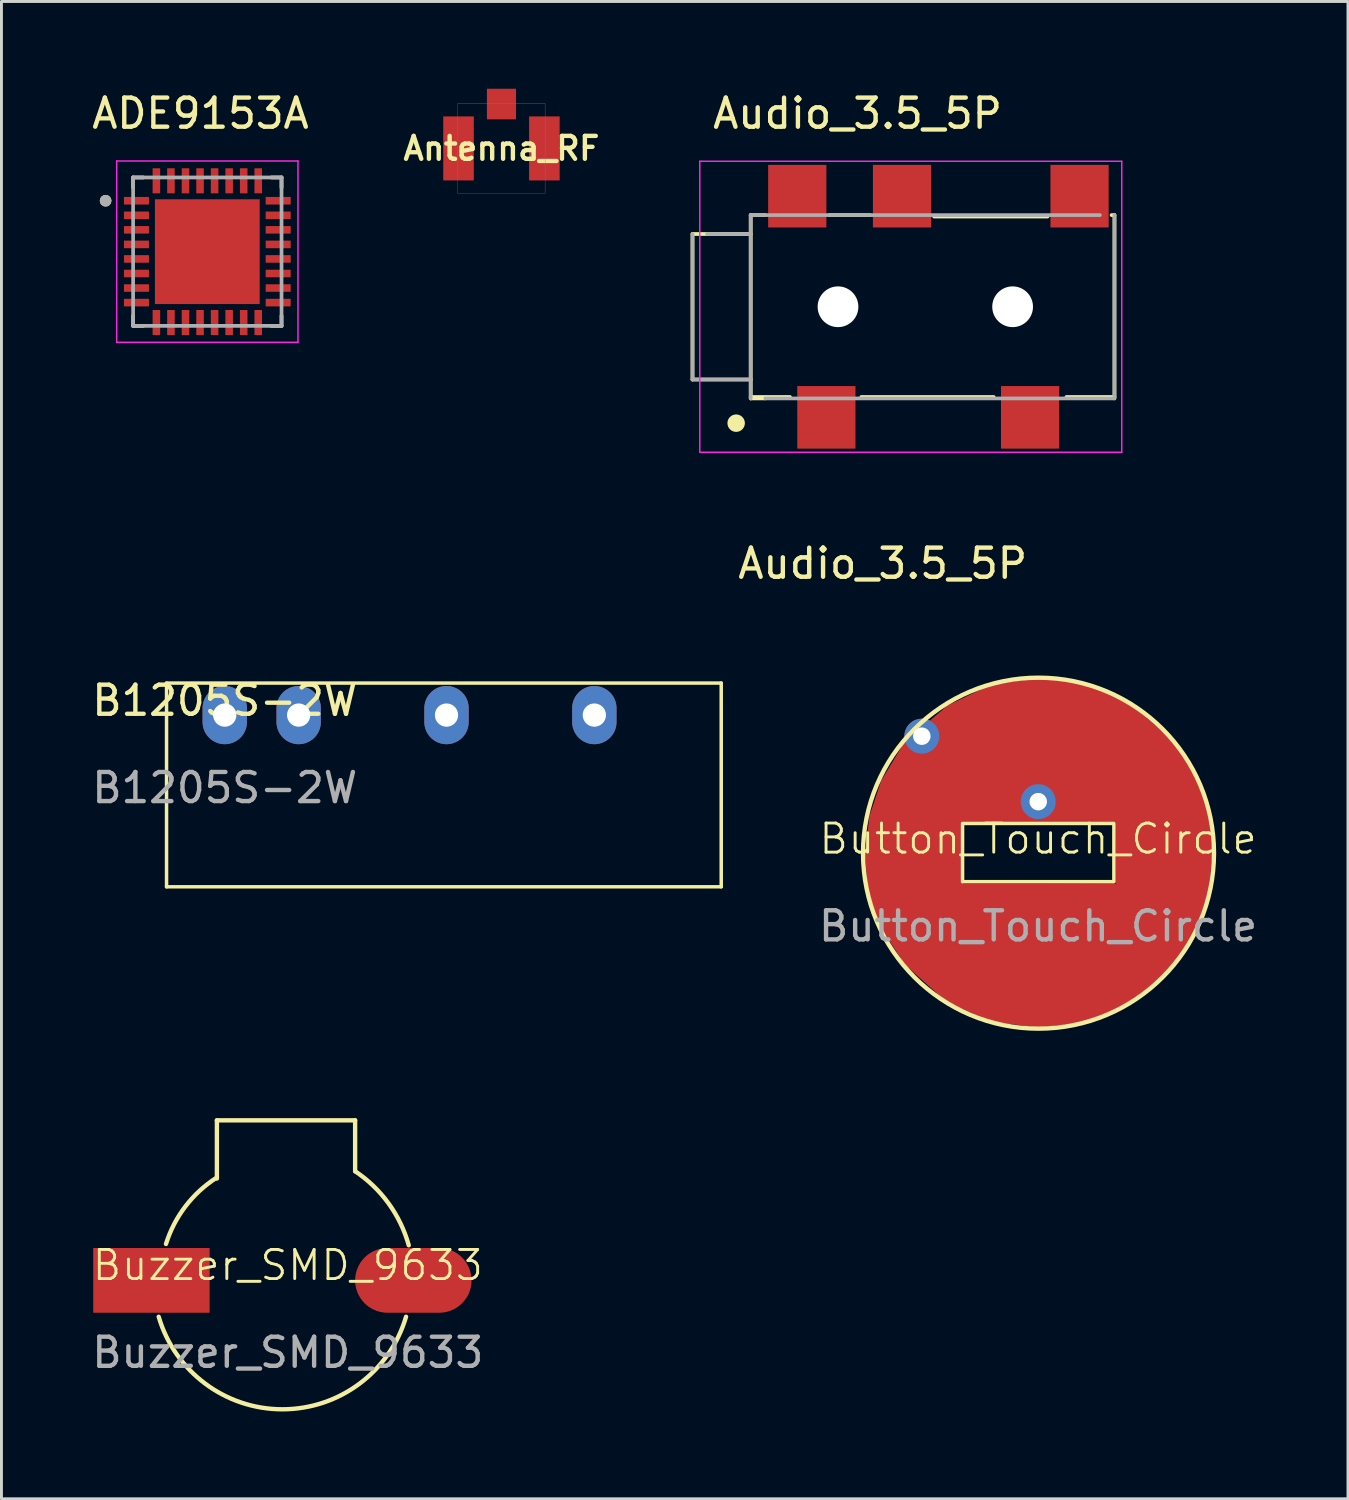
<source format=kicad_pcb>
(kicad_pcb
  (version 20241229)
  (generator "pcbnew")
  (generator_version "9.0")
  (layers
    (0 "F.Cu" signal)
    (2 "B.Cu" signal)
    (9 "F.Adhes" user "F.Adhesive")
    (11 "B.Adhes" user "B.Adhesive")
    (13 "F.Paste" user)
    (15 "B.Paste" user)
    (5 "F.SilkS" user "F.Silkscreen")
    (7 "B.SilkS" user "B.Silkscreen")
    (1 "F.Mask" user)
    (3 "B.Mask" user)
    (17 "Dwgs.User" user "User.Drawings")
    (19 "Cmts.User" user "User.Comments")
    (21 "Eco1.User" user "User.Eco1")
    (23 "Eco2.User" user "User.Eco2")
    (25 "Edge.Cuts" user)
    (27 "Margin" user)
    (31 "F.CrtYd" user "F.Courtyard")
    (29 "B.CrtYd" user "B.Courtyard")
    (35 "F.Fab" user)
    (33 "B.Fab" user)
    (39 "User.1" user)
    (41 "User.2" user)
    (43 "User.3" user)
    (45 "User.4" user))
  (footprint "ADE9153A"
    (layer "F.Cu")
    (at 4.074 5.598)
    (property "Reference" "ADE9153A" (at -0.235 -4.75 0) (layer "F.SilkS") (effects (font (size 1 1) (thickness 0.15))))
    (attr through_hole)
    (fp_line (start -2.55 -2.55) (end -2.55 -2.2) (stroke (width 0.127) (type solid)) (layer "F.SilkS"))
    (fp_line (start -2.55 -2.55) (end -2.2 -2.55) (stroke (width 0.127) (type solid)) (layer "F.SilkS"))
    (fp_line (start -2.55 2.55) (end -2.55 2.2) (stroke (width 0.127) (type solid)) (layer "F.SilkS"))
    (fp_line (start -2.55 2.55) (end -2.2 2.55) (stroke (width 0.127) (type solid)) (layer "F.SilkS"))
    (fp_line (start 2.55 -2.55) (end 2.2 -2.55) (stroke (width 0.127) (type solid)) (layer "F.SilkS"))
    (fp_line (start 2.55 -2.55) (end 2.55 -2.2) (stroke (width 0.127) (type solid)) (layer "F.SilkS"))
    (fp_line (start 2.55 2.55) (end 2.2 2.55) (stroke (width 0.127) (type solid)) (layer "F.SilkS"))
    (fp_line (start 2.55 2.55) (end 2.55 2.2) (stroke (width 0.127) (type solid)) (layer "F.SilkS"))
    (fp_circle (center -3.495 -1.75) (end -3.395 -1.75) (stroke (width 0.2) (type solid)) (fill no) (layer "F.SilkS"))
    (fp_poly (pts (xy -1.14 -1.14) (xy 1.14 -1.14) (xy 1.14 1.14) (xy -1.14 1.14)) (stroke (width 0.01) (type solid)) (fill yes) (layer "F.Paste"))
    (fp_line (start -3.115 -3.115) (end 3.115 -3.115) (stroke (width 0.05) (type solid)) (layer "F.CrtYd"))
    (fp_line (start -3.115 3.115) (end -3.115 -3.115) (stroke (width 0.05) (type solid)) (layer "F.CrtYd"))
    (fp_line (start -3.115 3.115) (end 3.115 3.115) (stroke (width 0.05) (type solid)) (layer "F.CrtYd"))
    (fp_line (start 3.115 3.115) (end 3.115 -3.115) (stroke (width 0.05) (type solid)) (layer "F.CrtYd"))
    (fp_line (start -2.55 2.55) (end -2.55 -2.55) (stroke (width 0.127) (type solid)) (layer "F.Fab"))
    (fp_line (start 2.55 -2.55) (end -2.55 -2.55) (stroke (width 0.127) (type solid)) (layer "F.Fab"))
    (fp_line (start 2.55 2.55) (end -2.55 2.55) (stroke (width 0.127) (type solid)) (layer "F.Fab"))
    (fp_line (start 2.55 2.55) (end 2.55 -2.55) (stroke (width 0.127) (type solid)) (layer "F.Fab"))
    (fp_circle (center -3.495 -1.75) (end -3.395 -1.75) (stroke (width 0.2) (type solid)) (fill no) (layer "F.Fab"))
    (pad "1" smd roundrect (at -2.435 -1.75) (size 0.86 0.26) (layers "F.Cu" "F.Mask" "F.Paste") (roundrect_rratio 0.03))
    (pad "2" smd roundrect (at -2.435 -1.25) (size 0.86 0.26) (layers "F.Cu" "F.Mask" "F.Paste") (roundrect_rratio 0.03))
    (pad "3" smd roundrect (at -2.435 -0.75) (size 0.86 0.26) (layers "F.Cu" "F.Mask" "F.Paste") (roundrect_rratio 0.03))
    (pad "4" smd roundrect (at -2.435 -0.25) (size 0.86 0.26) (layers "F.Cu" "F.Mask" "F.Paste") (roundrect_rratio 0.03))
    (pad "5" smd roundrect (at -2.435 0.25) (size 0.86 0.26) (layers "F.Cu" "F.Mask" "F.Paste") (roundrect_rratio 0.03))
    (pad "6" smd roundrect (at -2.435 0.75) (size 0.86 0.26) (layers "F.Cu" "F.Mask" "F.Paste") (roundrect_rratio 0.03))
    (pad "7" smd roundrect (at -2.435 1.25) (size 0.86 0.26) (layers "F.Cu" "F.Mask" "F.Paste") (roundrect_rratio 0.03))
    (pad "8" smd roundrect (at -2.435 1.75) (size 0.86 0.26) (layers "F.Cu" "F.Mask" "F.Paste") (roundrect_rratio 0.03))
    (pad "9" smd roundrect (at -1.75 2.435 90) (size 0.86 0.26) (layers "F.Cu" "F.Mask" "F.Paste") (roundrect_rratio 0.03))
    (pad "10" smd roundrect (at -1.25 2.435 90) (size 0.86 0.26) (layers "F.Cu" "F.Mask" "F.Paste") (roundrect_rratio 0.03))
    (pad "11" smd roundrect (at -0.75 2.435 90) (size 0.86 0.26) (layers "F.Cu" "F.Mask" "F.Paste") (roundrect_rratio 0.03))
    (pad "12" smd roundrect (at -0.25 2.435 90) (size 0.86 0.26) (layers "F.Cu" "F.Mask" "F.Paste") (roundrect_rratio 0.03))
    (pad "13" smd roundrect (at 0.25 2.435 90) (size 0.86 0.26) (layers "F.Cu" "F.Mask" "F.Paste") (roundrect_rratio 0.03))
    (pad "14" smd roundrect (at 0.75 2.435 90) (size 0.86 0.26) (layers "F.Cu" "F.Mask" "F.Paste") (roundrect_rratio 0.03))
    (pad "15" smd roundrect (at 1.25 2.435 90) (size 0.86 0.26) (layers "F.Cu" "F.Mask" "F.Paste") (roundrect_rratio 0.03))
    (pad "16" smd roundrect (at 1.75 2.435 90) (size 0.86 0.26) (layers "F.Cu" "F.Mask" "F.Paste") (roundrect_rratio 0.03))
    (pad "17" smd roundrect (at 2.435 1.75) (size 0.86 0.26) (layers "F.Cu" "F.Mask" "F.Paste") (roundrect_rratio 0.03))
    (pad "18" smd roundrect (at 2.435 1.25) (size 0.86 0.26) (layers "F.Cu" "F.Mask" "F.Paste") (roundrect_rratio 0.03))
    (pad "19" smd roundrect (at 2.435 0.75) (size 0.86 0.26) (layers "F.Cu" "F.Mask" "F.Paste") (roundrect_rratio 0.03))
    (pad "20" smd roundrect (at 2.435 0.25) (size 0.86 0.26) (layers "F.Cu" "F.Mask" "F.Paste") (roundrect_rratio 0.03))
    (pad "21" smd roundrect (at 2.435 -0.25) (size 0.86 0.26) (layers "F.Cu" "F.Mask" "F.Paste") (roundrect_rratio 0.03))
    (pad "22" smd roundrect (at 2.435 -0.75) (size 0.86 0.26) (layers "F.Cu" "F.Mask" "F.Paste") (roundrect_rratio 0.03))
    (pad "23" smd roundrect (at 2.435 -1.25) (size 0.86 0.26) (layers "F.Cu" "F.Mask" "F.Paste") (roundrect_rratio 0.03))
    (pad "24" smd roundrect (at 2.435 -1.75) (size 0.86 0.26) (layers "F.Cu" "F.Mask" "F.Paste") (roundrect_rratio 0.03))
    (pad "25" smd roundrect (at 1.75 -2.435 90) (size 0.86 0.26) (layers "F.Cu" "F.Mask" "F.Paste") (roundrect_rratio 0.03))
    (pad "26" smd roundrect (at 1.25 -2.435 90) (size 0.86 0.26) (layers "F.Cu" "F.Mask" "F.Paste") (roundrect_rratio 0.03))
    (pad "27" smd roundrect (at 0.75 -2.435 90) (size 0.86 0.26) (layers "F.Cu" "F.Mask" "F.Paste") (roundrect_rratio 0.03))
    (pad "28" smd roundrect (at 0.25 -2.435 90) (size 0.86 0.26) (layers "F.Cu" "F.Mask" "F.Paste") (roundrect_rratio 0.03))
    (pad "29" smd roundrect (at -0.25 -2.435 90) (size 0.86 0.26) (layers "F.Cu" "F.Mask" "F.Paste") (roundrect_rratio 0.03))
    (pad "30" smd roundrect (at -0.75 -2.435 90) (size 0.86 0.26) (layers "F.Cu" "F.Mask" "F.Paste") (roundrect_rratio 0.03))
    (pad "31" smd roundrect (at -1.25 -2.435 90) (size 0.86 0.26) (layers "F.Cu" "F.Mask" "F.Paste") (roundrect_rratio 0.03))
    (pad "32" smd roundrect (at -1.75 -2.435 90) (size 0.86 0.26) (layers "F.Cu" "F.Mask" "F.Paste") (roundrect_rratio 0.03))
    (pad "33" smd rect (at 0 0) (size 3.6 3.6) (layers "F.Cu" "F.Mask")))
  (footprint "Audio_3.5_5P"
    (layer "F.Cu")
    (at 29.246 7.491)
    (property "Reference" "Audio_3.5_5P" (at -2.828 -6.642 0) (layer "F.SilkS") (effects (font (size 1.001 1.001) (thickness 0.15))))
    (attr smd)
    (fp_line (start -8.5 -2.5) (end -6.5 -2.5) (stroke (width 0.127) (type solid)) (layer "F.SilkS"))
    (fp_line (start -8.5 2.5) (end -8.5 -2.5) (stroke (width 0.127) (type solid)) (layer "F.SilkS"))
    (fp_line (start -6.5 -3.15) (end -6.5 -2.5) (stroke (width 0.127) (type solid)) (layer "F.SilkS"))
    (fp_line (start -6.5 -2.5) (end -6.5 2.5) (stroke (width 0.127) (type solid)) (layer "F.SilkS"))
    (fp_line (start -6.5 2.5) (end -8.5 2.5) (stroke (width 0.127) (type solid)) (layer "F.SilkS"))
    (fp_line (start -6.5 2.5) (end -6.5 3.15) (stroke (width 0.127) (type solid)) (layer "F.SilkS"))
    (fp_line (start -6.5 3.15) (end -6 3.15) (stroke (width 0.127) (type solid)) (layer "F.SilkS"))
    (fp_line (start -6 -3.15) (end -6.5 -3.15) (stroke (width 0.127) (type solid)) (layer "F.SilkS"))
    (fp_line (start -5.15 3.1) (end -6.5 3.1) (stroke (width 0.127) (type solid)) (layer "F.SilkS"))
    (fp_line (start -2.7 3.1) (end 1.85 3.1) (stroke (width 0.127) (type solid)) (layer "F.SilkS"))
    (fp_line (start -2.4 -3.15) (end -3.8 -3.15) (stroke (width 0.127) (type solid)) (layer "F.SilkS"))
    (fp_line (start -0.2 -3.1) (end 3.7 -3.1) (stroke (width 0.127) (type solid)) (layer "F.SilkS"))
    (fp_line (start 4.35 3.1) (end 6 3.1) (stroke (width 0.127) (type solid)) (layer "F.SilkS"))
    (fp_line (start 5.9 -3.15) (end 6 -3.15) (stroke (width 0.127) (type solid)) (layer "F.SilkS"))
    (fp_line (start 6 -3.15) (end 6 3.1) (stroke (width 0.127) (type solid)) (layer "F.SilkS"))
    (fp_circle (center -7 4) (end -6.85 4) (stroke (width 0.3) (type solid)) (fill no) (layer "F.SilkS"))
    (fp_line (start -8.25 -5) (end -8.25 5) (stroke (width 0.05) (type solid)) (layer "F.CrtYd"))
    (fp_line (start -8.25 5) (end 6.25 5) (stroke (width 0.05) (type solid)) (layer "F.CrtYd"))
    (fp_line (start 6.25 -5) (end -8.25 -5) (stroke (width 0.05) (type solid)) (layer "F.CrtYd"))
    (fp_line (start 6.25 5) (end 6.25 -5) (stroke (width 0.05) (type solid)) (layer "F.CrtYd"))
    (fp_line (start -8.5 -2.5) (end -8.5 2.5) (stroke (width 0.127) (type solid)) (layer "F.Fab"))
    (fp_line (start -8.5 2.5) (end -6.5 2.5) (stroke (width 0.127) (type solid)) (layer "F.Fab"))
    (fp_line (start -6.5 -3.15) (end 5.5 -3.15) (stroke (width 0.127) (type solid)) (layer "F.Fab"))
    (fp_line (start -6.5 -2.5) (end -8 -2.5) (stroke (width 0.127) (type solid)) (layer "F.Fab"))
    (fp_line (start -6.5 -2.5) (end -6.5 -3.15) (stroke (width 0.127) (type solid)) (layer "F.Fab"))
    (fp_line (start -6.5 2.5) (end -6.5 -2.5) (stroke (width 0.127) (type solid)) (layer "F.Fab"))
    (fp_line (start -6.5 3.15) (end -6.5 2.5) (stroke (width 0.127) (type solid)) (layer "F.Fab"))
    (fp_line (start 6 -3.15) (end 6 3.15) (stroke (width 0.127) (type solid)) (layer "F.Fab"))
    (fp_line (start 6 3.15) (end -6 3.15) (stroke (width 0.127) (type solid)) (layer "F.Fab"))
    (fp_text user "${REFERENCE}" (at -1.964 8.822 0) (layer "F.SilkS") (effects (font (size 1.001 1.001) (thickness 0.15))))
    (pad "" np_thru_hole circle (at -3.5 0) (size 1.4 1.4) (drill 1.4) (layers "*.Cu" "*.Mask"))
    (pad "" np_thru_hole circle (at 2.5 0) (size 1.4 1.4) (drill 1.4) (layers "*.Cu" "*.Mask"))
    (pad "1" smd rect (at -4.9 -3.8) (size 2 2.15) (layers "F.Cu" "F.Mask" "F.Paste"))
    (pad "2" smd rect (at 3.1 3.8) (size 2 2.15) (layers "F.Cu" "F.Mask" "F.Paste"))
    (pad "3" smd rect (at -1.3 -3.8) (size 2 2.15) (layers "F.Cu" "F.Mask" "F.Paste"))
    (pad "4" smd rect (at -3.9 3.8) (size 2 2.15) (layers "F.Cu" "F.Mask" "F.Paste"))
    (pad "11" smd rect (at 4.8 -3.8) (size 2 2.15) (layers "F.Cu" "F.Mask" "F.Paste")))
  (footprint "Button_Touch_Circle"
    (layer "F.Cu")
    (at 32.621 26.274)
    (property "Reference" "Button_Touch_Circle" (at 0 -0.5 0) (unlocked yes) (layer "F.SilkS") (effects (font (size 1 1) (thickness 0.1))))
    (attr smd)
    (fp_poly (pts (xy -5.795 1.323) (xy -5.345 2.523) (xy -4.545 3.773) (xy -3.095 5.073) (xy -1.595 5.723) (xy -0.015 5.923) (xy -0.015 1.113) (xy -2.635 1.113) (xy -2.64 -0.072) (xy -5.885 0.023)) (stroke (width 0.12) (type solid)) (fill yes) (layer "F.Cu"))
    (fp_poly (pts (xy -5.735 -1.277) (xy -5.335 -2.477) (xy -4.555 -3.767) (xy -3.085 -5.027) (xy -1.635 -5.727) (xy 0.015 -5.977) (xy 0.065 -1.117) (xy -2.635 -1.117) (xy -2.635 0.118) (xy -5.885 0.023)) (stroke (width 0.12) (type solid)) (fill yes) (layer "F.Cu"))
    (fp_poly (pts (xy 5.799 1.329) (xy 5.38 2.526) (xy 4.61 3.84) (xy 3.11 5.09) (xy 1.635 5.76) (xy -0.015 5.923) (xy -0.065 1.113) (xy 2.725 1.101) (xy 2.73 -0.084) (xy 5.935 0.01)) (stroke (width 0.12) (type solid)) (fill yes) (layer "F.Cu"))
    (fp_poly (pts (xy 5.835 -1.29) (xy 5.435 -2.49) (xy 4.685 -3.79) (xy 3.185 -5.04) (xy 1.735 -5.74) (xy 0.025 -5.977) (xy 0.055 -1.117) (xy 2.725 -1.129) (xy 2.73 0.106) (xy 5.935 0.01)) (stroke (width 0.12) (type solid)) (fill yes) (layer "F.Cu"))
    (fp_rect (start -2.595 -1.027) (end 2.605 0.973) (stroke (width 0.12) (type solid)) (fill no) (layer "F.SilkS"))
    (fp_circle (center 0.015 -0.007) (end 6.045 -0.007) (stroke (width 0.15) (type solid)) (fill no) (layer "F.SilkS"))
    (fp_text user "${REFERENCE}" (at 0 2.5 0) (unlocked yes) (layer "F.Fab") (effects (font (size 1 1) (thickness 0.15))))
    (pad "1" thru_hole circle (at -3.995 -4.027) (size 1.2 1.2) (drill 0.6) (layers "*.Cu" "*.Mask"))
    (pad "1" thru_hole circle (at 0.005 -1.777) (size 1.2 1.2) (drill 0.6) (layers "*.Cu" "*.Mask")))
  (footprint "Buzzer_SMD_9633"
    (layer "F.Cu")
    (at 6.839 40.927)
    (property "Reference" "Buzzer_SMD_9633" (at 0 -0.5 0) (unlocked yes) (layer "F.SilkS") (effects (font (size 1 1) (thickness 0.1))))
    (attr smd)
    (fp_line (start -2.436 -5.48) (end 2.314 -5.48) (stroke (width 0.15) (type solid)) (layer "F.SilkS"))
    (fp_line (start -2.436 -3.48) (end -2.436 -5.48) (stroke (width 0.15) (type solid)) (layer "F.SilkS"))
    (fp_line (start 2.314 -5.48) (end 2.314 -3.73) (stroke (width 0.15) (type solid)) (layer "F.SilkS"))
    (fp_arc (start -4.186 -1.23) (mid -3.519225 -2.520101) (end -2.452187 -3.50518) (stroke (width 0.15) (type solid)) (layer "F.SilkS"))
    (fp_arc (start 2.314 -3.73) (mid 3.464023 -2.623829) (end 4.156517 -1.186254) (stroke (width 0.15) (type solid)) (layer "F.SilkS"))
    (fp_arc (start 4.064 1.27) (mid -0.186 4.450011) (end -4.436 1.269999) (stroke (width 0.15) (type solid)) (layer "F.SilkS"))
    (fp_text user "${REFERENCE}" (at 0 2.5 0) (unlocked yes) (layer "F.Fab") (effects (font (size 1 1) (thickness 0.15))))
    (pad "1" smd rect (at -4.686 0.02) (size 4 2.224) (layers "F.Cu" "F.Mask" "F.Paste"))
    (pad "2" smd oval (at 4.314 0.02) (size 4 2.224) (layers "F.Cu" "F.Mask" "F.Paste")))
  (footprint "B1205S-2W"
    (layer "F.Cu")
    (at 4.673 21.522)
    (property "Reference" "B1205S-2W" (at 0 -0.5 0) (unlocked yes) (layer "F.SilkS") (effects (font (size 1 1) (thickness 0.15))))
    (attr through_hole)
    (fp_line (start -2 -1.1) (end -2 5.9) (stroke (width 0.12) (type solid)) (layer "F.SilkS"))
    (fp_line (start -2 -1.1) (end 17.06 -1.1) (stroke (width 0.12) (type solid)) (layer "F.SilkS"))
    (fp_line (start -2 5.9) (end 17.06 5.9) (stroke (width 0.12) (type solid)) (layer "F.SilkS"))
    (fp_line (start 17.06 -1.1) (end 17.06 5.9) (stroke (width 0.12) (type solid)) (layer "F.SilkS"))
    (fp_rect (start -2.16 -1.3) (end 17.24 6.1) (stroke (width 0.12) (type solid)) (fill no) (layer "Margin"))
    (fp_text user "${REFERENCE}" (at 0 2.5 0) (unlocked yes) (layer "F.Fab") (effects (font (size 1 1) (thickness 0.15))))
    (pad "1" thru_hole oval (at 0 0) (size 1.524 2) (drill 0.8) (layers "*.Cu" "*.Mask"))
    (pad "2" thru_hole oval (at 2.54 0) (size 1.524 2) (drill 0.8) (layers "*.Cu" "*.Mask"))
    (pad "4" thru_hole oval (at 7.62 0) (size 1.524 2) (drill 0.8) (layers "*.Cu" "*.Mask"))
    (pad "6" thru_hole oval (at 12.7 0) (size 1.524 2) (drill 0.8) (layers "*.Cu" "*.Mask")))
  (footprint "Antenna_RF"
    (layer "F.Cu")
    (at 14.181 2.05)
    (property "Reference" "Antenna_RF" (at 0 0 180) (layer "F.SilkS") (effects (font (size 0.787 0.787) (thickness 0.15))))
    (attr smd)
    (fp_poly (pts (xy 1.5 1.55) (xy -1.5 1.55) (xy -1.5 -1.55) (xy 1.5 -1.55)) (stroke (width 0.01) (type solid)) (fill no) (layer "F.CrtYd"))
    (pad "1" smd rect (at 0 -1.525 180) (size 1 1.05) (layers "F.Cu" "F.Mask" "F.Paste"))
    (pad "2" smd rect (at -1.475 0 270) (size 2.2 1.05) (layers "F.Cu" "F.Mask" "F.Paste"))
    (pad "3" smd rect (at 1.475 0 270) (size 2.2 1.05) (layers "F.Cu" "F.Mask" "F.Paste"))
    (zone (net_name "") (layer "F.Cu") (hatch full 0.508) (connect_pads) (min_thickness 0.01) (filled_areas_thickness no) (keepout (tracks not_allowed) (vias not_allowed) (pads not_allowed) (copperpour not_allowed) (footprints allowed)) (placement (enabled no)) (fill) (polygon (pts (xy 15.081 3.35) (xy 13.281 3.35) (xy 13.281 1.15) (xy 15.081 1.15))))
    (zone (net_name "") (layers "F.Cu" "B.Cu") (hatch full 0.508) (connect_pads) (min_thickness 0.01) (filled_areas_thickness no) (keepout (tracks allowed) (vias not_allowed) (pads allowed) (copperpour allowed) (footprints allowed)) (placement (enabled no)) (fill) (polygon (pts (xy 15.081 3.35) (xy 13.281 3.35) (xy 13.281 1.15) (xy 15.081 1.15))))
    (zone (net_name "") (layer "B.Cu") (hatch full 0.508) (connect_pads) (min_thickness 0.01) (filled_areas_thickness no) (keepout (tracks not_allowed) (vias not_allowed) (pads not_allowed) (copperpour not_allowed) (footprints allowed)) (placement (enabled no)) (fill) (polygon (pts (xy 15.081 3.35) (xy 13.281 3.35) (xy 13.281 1.15) (xy 15.081 1.15)))))
  (gr_rect
    (start -3 -3)
    (end 43.27 48.452)
    (stroke (width 0.1) (type default))
    (fill no)
    (layer "Edge.Cuts")))
</source>
